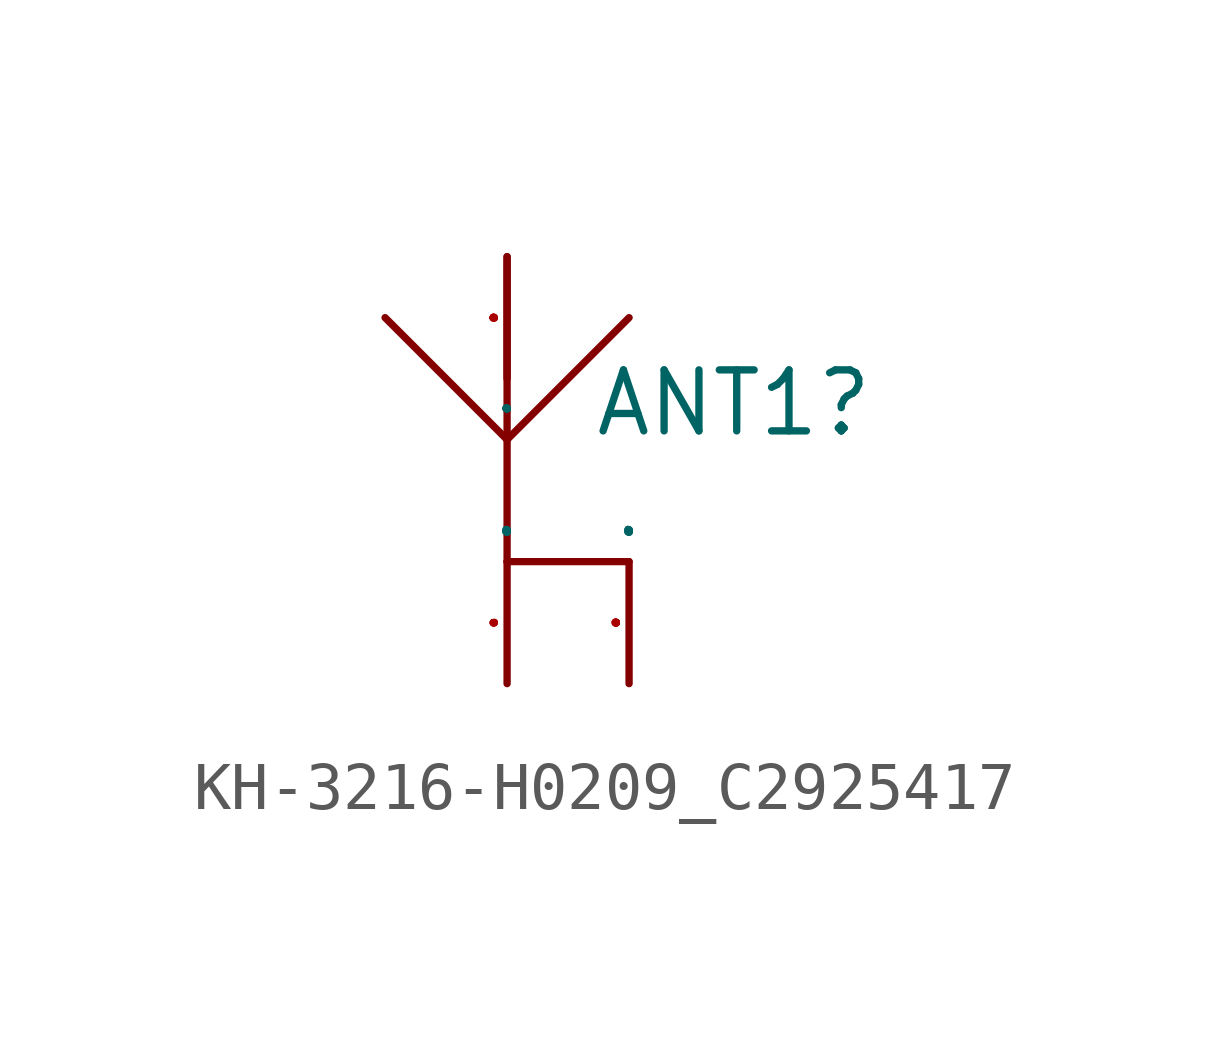
<source format=kicad_sym>
(kicad_symbol_lib
  (version 20241209)
  (generator "kicad_symbol_editor")
  (generator_version "9.0")
  (symbol "KH-3216-H0209_C2925417"
    (property "Reference" "ANT1"
      (at 1.778 2.032 0)
      (effects (font (size 1.27 1.27)) (justify left)))
    (property "Dropout Voltage" ""
      (at 0 0 0)
      (effects (font (size 1.27 1.27))))
    (property "Feature" ""
      (at 0 0 0)
      (effects (font (size 1.27 1.27))))
    (property "Maximum Input Voltage" ""
      (at 0 0 0)
      (effects (font (size 1.27 1.27))))
    (property "Number Of Outputs" ""
      (at 0 0 0)
      (effects (font (size 1.27 1.27))))
    (property "Output Current" ""
      (at 0 0 0)
      (effects (font (size 1.27 1.27))))
    (property "Output Polarity" ""
      (at 0 0 0)
      (effects (font (size 1.27 1.27))))
    (property "Output Type" ""
      (at 0 0 0)
      (effects (font (size 1.27 1.27))))
    (property "Output Voltage" ""
      (at 0 0 0)
      (effects (font (size 1.27 1.27))))
    (symbol "KH-3216-H0209_C2925417_0_1"
      (polyline (pts (xy 0 -1.27) (xy 2.54 -1.27)) (stroke (width 0) (type default)) (fill (type none))))
    (symbol "KH-3216-H0209_C2925417_1_0"
      (polyline (pts (xy 0 1.27) (xy -2.54 3.81)) (stroke (width 0) (type default)) (fill (type none)))
      (polyline (pts (xy 0 1.27) (xy 0 5.08)) (stroke (width 0) (type default)) (fill (type none)))
      (polyline (pts (xy 0 1.27) (xy 0 -1.27)) (stroke (width 0) (type default)) (fill (type none)))
      (polyline (pts (xy 2.54 3.81) (xy 0 1.27)) (stroke (width 0) (type default)) (fill (type none)))
      (pin unspecified line (at 0 5.08 270) (length 2.54) (name "2" (effects (font (size 0.025 0.025)))) (number "2" (effects (font (size 0.025 0.025)))))
      (pin unspecified line (at 0 -3.81 90) (length 2.54) (name "ANT" (effects (font (size 0.025 0.025)))) (number "1" (effects (font (size 0.025 0.025)))))
      (pin unspecified line (at 2.54 -3.81 90) (length 2.54) (name "ANT" (effects (font (size 0.025 0.025)))) (number "3" (effects (font (size 0.025 0.025))))))))
</source>
